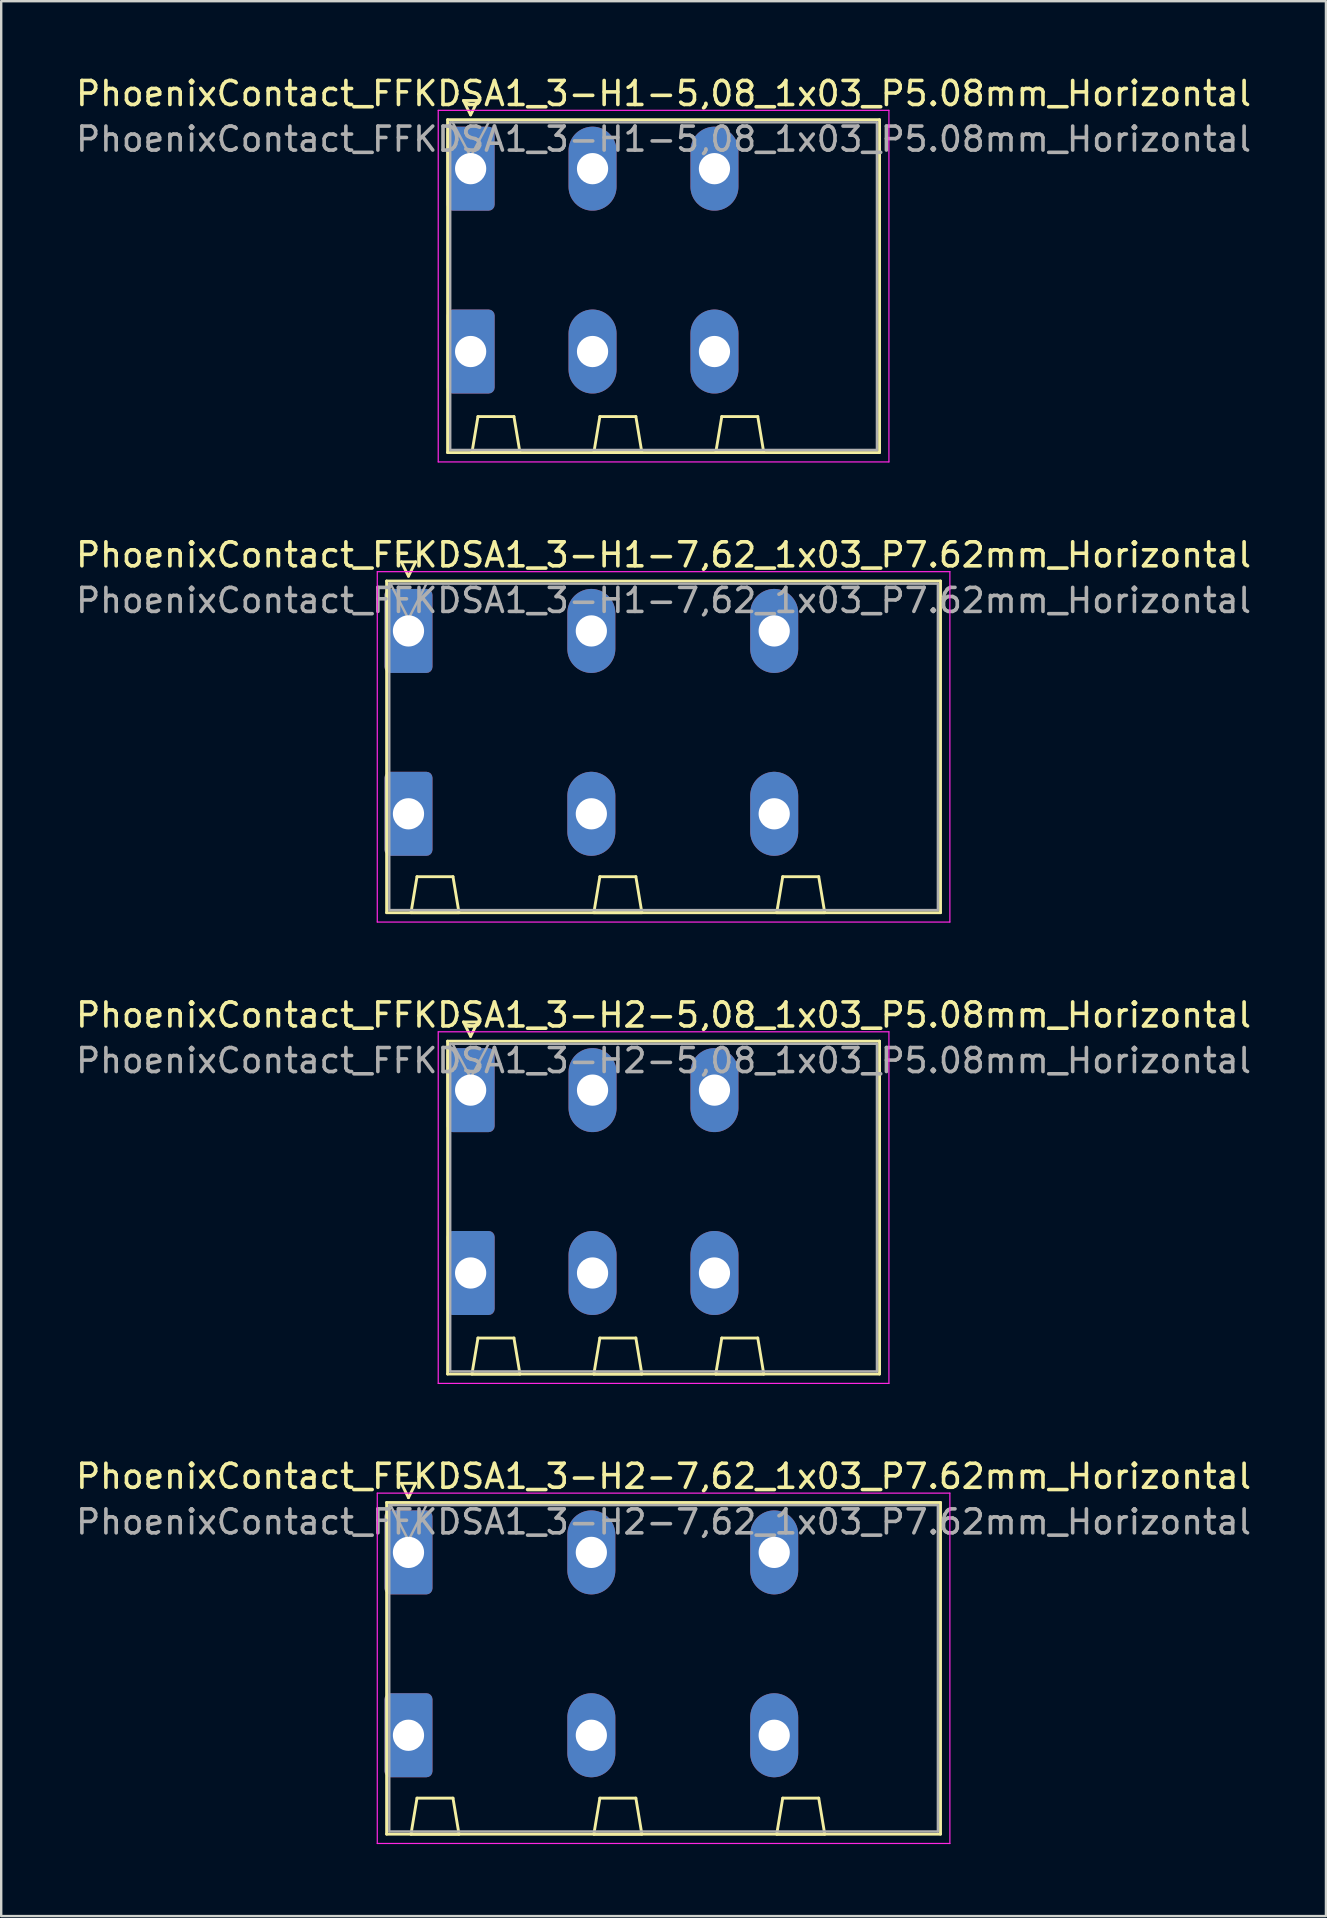
<source format=kicad_pcb>
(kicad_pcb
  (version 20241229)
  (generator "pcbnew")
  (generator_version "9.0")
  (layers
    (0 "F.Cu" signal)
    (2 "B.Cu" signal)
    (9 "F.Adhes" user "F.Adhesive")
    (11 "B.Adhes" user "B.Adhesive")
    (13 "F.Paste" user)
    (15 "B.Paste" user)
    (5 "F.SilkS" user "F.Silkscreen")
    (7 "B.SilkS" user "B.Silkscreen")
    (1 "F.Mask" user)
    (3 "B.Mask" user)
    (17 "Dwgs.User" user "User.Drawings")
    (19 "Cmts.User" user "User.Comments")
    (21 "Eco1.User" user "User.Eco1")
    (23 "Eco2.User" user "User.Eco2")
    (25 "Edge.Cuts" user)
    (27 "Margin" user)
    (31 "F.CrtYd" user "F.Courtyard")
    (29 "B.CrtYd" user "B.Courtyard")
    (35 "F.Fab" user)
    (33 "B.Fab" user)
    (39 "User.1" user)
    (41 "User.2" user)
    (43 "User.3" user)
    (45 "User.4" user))
  (footprint "PhoenixContact_FFKDSA1_3-H2-7,62_1x03_P7.62mm_Horizontal"
    (layer "F.Cu")
    (at 13.971 61.638)
    (property "Reference" "PhoenixContact_FFKDSA1_3-H2-7,62_1x03_P7.62mm_Horizontal" (at 10.63 -3.17 0) (layer "F.SilkS") (effects (font (size 1 1) (thickness 0.15))))
    (attr through_hole)
    (fp_line (start -0.91 -2.08) (end -0.91 11.74) (stroke (width 0.12) (type solid)) (layer "F.SilkS"))
    (fp_line (start -0.91 11.74) (end 22.17 11.74) (stroke (width 0.12) (type solid)) (layer "F.SilkS"))
    (fp_line (start -0.3 -2.88) (end 0.3 -2.88) (stroke (width 0.12) (type solid)) (layer "F.SilkS"))
    (fp_line (start 0 -2.28) (end -0.3 -2.88) (stroke (width 0.12) (type solid)) (layer "F.SilkS"))
    (fp_line (start 0.105 11.74) (end 2.105 11.74) (stroke (width 0.12) (type solid)) (layer "F.SilkS"))
    (fp_line (start 0.3 -2.88) (end 0 -2.28) (stroke (width 0.12) (type solid)) (layer "F.SilkS"))
    (fp_line (start 0.355 10.24) (end 0.105 11.74) (stroke (width 0.12) (type solid)) (layer "F.SilkS"))
    (fp_line (start 1.855 10.24) (end 0.355 10.24) (stroke (width 0.12) (type solid)) (layer "F.SilkS"))
    (fp_line (start 2.105 11.74) (end 1.855 10.24) (stroke (width 0.12) (type solid)) (layer "F.SilkS"))
    (fp_line (start 7.725 11.74) (end 9.725 11.74) (stroke (width 0.12) (type solid)) (layer "F.SilkS"))
    (fp_line (start 7.975 10.24) (end 7.725 11.74) (stroke (width 0.12) (type solid)) (layer "F.SilkS"))
    (fp_line (start 9.475 10.24) (end 7.975 10.24) (stroke (width 0.12) (type solid)) (layer "F.SilkS"))
    (fp_line (start 9.725 11.74) (end 9.475 10.24) (stroke (width 0.12) (type solid)) (layer "F.SilkS"))
    (fp_line (start 15.345 11.74) (end 17.345 11.74) (stroke (width 0.12) (type solid)) (layer "F.SilkS"))
    (fp_line (start 15.595 10.24) (end 15.345 11.74) (stroke (width 0.12) (type solid)) (layer "F.SilkS"))
    (fp_line (start 17.095 10.24) (end 15.595 10.24) (stroke (width 0.12) (type solid)) (layer "F.SilkS"))
    (fp_line (start 17.345 11.74) (end 17.095 10.24) (stroke (width 0.12) (type solid)) (layer "F.SilkS"))
    (fp_line (start 22.17 -2.08) (end -0.91 -2.08) (stroke (width 0.12) (type solid)) (layer "F.SilkS"))
    (fp_line (start 22.17 11.74) (end 22.17 -2.08) (stroke (width 0.12) (type solid)) (layer "F.SilkS"))
    (fp_line (start -1.3 -2.47) (end -1.3 12.13) (stroke (width 0.05) (type solid)) (layer "F.CrtYd"))
    (fp_line (start -1.3 12.13) (end 22.56 12.13) (stroke (width 0.05) (type solid)) (layer "F.CrtYd"))
    (fp_line (start 22.56 -2.47) (end -1.3 -2.47) (stroke (width 0.05) (type solid)) (layer "F.CrtYd"))
    (fp_line (start 22.56 12.13) (end 22.56 -2.47) (stroke (width 0.05) (type solid)) (layer "F.CrtYd"))
    (fp_line (start -0.8 -1.97) (end -0.8 11.63) (stroke (width 0.1) (type solid)) (layer "F.Fab"))
    (fp_line (start -0.8 11.63) (end 22.06 11.63) (stroke (width 0.1) (type solid)) (layer "F.Fab"))
    (fp_line (start 0 -0.5) (end -0.75 -1.97) (stroke (width 0.1) (type solid)) (layer "F.Fab"))
    (fp_line (start 0.75 -1.97) (end 0 -0.5) (stroke (width 0.1) (type solid)) (layer "F.Fab"))
    (fp_line (start 22.06 -1.97) (end -0.8 -1.97) (stroke (width 0.1) (type solid)) (layer "F.Fab"))
    (fp_line (start 22.06 11.63) (end 22.06 -1.97) (stroke (width 0.1) (type solid)) (layer "F.Fab"))
    (fp_text user "${REFERENCE}" (at 10.63 -1.27 0) (layer "F.Fab") (effects (font (size 1 1) (thickness 0.15))))
    (pad "1" thru_hole roundrect (at 0 0) (size 2 3.5) (drill 1.3) (layers "*.Cu" "*.Mask") (roundrect_rratio 0.125))
    (pad "1" thru_hole roundrect (at 0 7.62) (size 2 3.5) (drill 1.3) (layers "*.Cu" "*.Mask") (roundrect_rratio 0.125))
    (pad "2" thru_hole oval (at 7.62 0) (size 2 3.5) (drill 1.3) (layers "*.Cu" "*.Mask"))
    (pad "2" thru_hole oval (at 7.62 7.62) (size 2 3.5) (drill 1.3) (layers "*.Cu" "*.Mask"))
    (pad "3" thru_hole oval (at 15.24 0) (size 2 3.5) (drill 1.3) (layers "*.Cu" "*.Mask"))
    (pad "3" thru_hole oval (at 15.24 7.62) (size 2 3.5) (drill 1.3) (layers "*.Cu" "*.Mask")))
  (footprint "PhoenixContact_FFKDSA1_3-H1-7,62_1x03_P7.62mm_Horizontal"
    (layer "F.Cu")
    (at 13.971 23.241)
    (property "Reference" "PhoenixContact_FFKDSA1_3-H1-7,62_1x03_P7.62mm_Horizontal" (at 10.63 -3.17 0) (layer "F.SilkS") (effects (font (size 1 1) (thickness 0.15))))
    (attr through_hole)
    (fp_line (start -0.91 -2.08) (end -0.91 11.74) (stroke (width 0.12) (type solid)) (layer "F.SilkS"))
    (fp_line (start -0.91 11.74) (end 22.17 11.74) (stroke (width 0.12) (type solid)) (layer "F.SilkS"))
    (fp_line (start -0.3 -2.88) (end 0.3 -2.88) (stroke (width 0.12) (type solid)) (layer "F.SilkS"))
    (fp_line (start 0 -2.28) (end -0.3 -2.88) (stroke (width 0.12) (type solid)) (layer "F.SilkS"))
    (fp_line (start 0.105 11.74) (end 2.105 11.74) (stroke (width 0.12) (type solid)) (layer "F.SilkS"))
    (fp_line (start 0.3 -2.88) (end 0 -2.28) (stroke (width 0.12) (type solid)) (layer "F.SilkS"))
    (fp_line (start 0.355 10.24) (end 0.105 11.74) (stroke (width 0.12) (type solid)) (layer "F.SilkS"))
    (fp_line (start 1.855 10.24) (end 0.355 10.24) (stroke (width 0.12) (type solid)) (layer "F.SilkS"))
    (fp_line (start 2.105 11.74) (end 1.855 10.24) (stroke (width 0.12) (type solid)) (layer "F.SilkS"))
    (fp_line (start 7.725 11.74) (end 9.725 11.74) (stroke (width 0.12) (type solid)) (layer "F.SilkS"))
    (fp_line (start 7.975 10.24) (end 7.725 11.74) (stroke (width 0.12) (type solid)) (layer "F.SilkS"))
    (fp_line (start 9.475 10.24) (end 7.975 10.24) (stroke (width 0.12) (type solid)) (layer "F.SilkS"))
    (fp_line (start 9.725 11.74) (end 9.475 10.24) (stroke (width 0.12) (type solid)) (layer "F.SilkS"))
    (fp_line (start 15.345 11.74) (end 17.345 11.74) (stroke (width 0.12) (type solid)) (layer "F.SilkS"))
    (fp_line (start 15.595 10.24) (end 15.345 11.74) (stroke (width 0.12) (type solid)) (layer "F.SilkS"))
    (fp_line (start 17.095 10.24) (end 15.595 10.24) (stroke (width 0.12) (type solid)) (layer "F.SilkS"))
    (fp_line (start 17.345 11.74) (end 17.095 10.24) (stroke (width 0.12) (type solid)) (layer "F.SilkS"))
    (fp_line (start 22.17 -2.08) (end -0.91 -2.08) (stroke (width 0.12) (type solid)) (layer "F.SilkS"))
    (fp_line (start 22.17 11.74) (end 22.17 -2.08) (stroke (width 0.12) (type solid)) (layer "F.SilkS"))
    (fp_line (start -1.3 -2.47) (end -1.3 12.13) (stroke (width 0.05) (type solid)) (layer "F.CrtYd"))
    (fp_line (start -1.3 12.13) (end 22.56 12.13) (stroke (width 0.05) (type solid)) (layer "F.CrtYd"))
    (fp_line (start 22.56 -2.47) (end -1.3 -2.47) (stroke (width 0.05) (type solid)) (layer "F.CrtYd"))
    (fp_line (start 22.56 12.13) (end 22.56 -2.47) (stroke (width 0.05) (type solid)) (layer "F.CrtYd"))
    (fp_line (start -0.8 -1.97) (end -0.8 11.63) (stroke (width 0.1) (type solid)) (layer "F.Fab"))
    (fp_line (start -0.8 11.63) (end 22.06 11.63) (stroke (width 0.1) (type solid)) (layer "F.Fab"))
    (fp_line (start 0 -0.5) (end -0.75 -1.97) (stroke (width 0.1) (type solid)) (layer "F.Fab"))
    (fp_line (start 0.75 -1.97) (end 0 -0.5) (stroke (width 0.1) (type solid)) (layer "F.Fab"))
    (fp_line (start 22.06 -1.97) (end -0.8 -1.97) (stroke (width 0.1) (type solid)) (layer "F.Fab"))
    (fp_line (start 22.06 11.63) (end 22.06 -1.97) (stroke (width 0.1) (type solid)) (layer "F.Fab"))
    (fp_text user "${REFERENCE}" (at 10.63 -1.27 0) (layer "F.Fab") (effects (font (size 1 1) (thickness 0.15))))
    (pad "1" thru_hole roundrect (at 0 0) (size 2 3.5) (drill 1.3) (layers "*.Cu" "*.Mask") (roundrect_rratio 0.125))
    (pad "1" thru_hole roundrect (at 0 7.62) (size 2 3.5) (drill 1.3) (layers "*.Cu" "*.Mask") (roundrect_rratio 0.125))
    (pad "2" thru_hole oval (at 7.62 0) (size 2 3.5) (drill 1.3) (layers "*.Cu" "*.Mask"))
    (pad "2" thru_hole oval (at 7.62 7.62) (size 2 3.5) (drill 1.3) (layers "*.Cu" "*.Mask"))
    (pad "3" thru_hole oval (at 15.24 0) (size 2 3.5) (drill 1.3) (layers "*.Cu" "*.Mask"))
    (pad "3" thru_hole oval (at 15.24 7.62) (size 2 3.5) (drill 1.3) (layers "*.Cu" "*.Mask")))
  (footprint "PhoenixContact_FFKDSA1_3-H2-5,08_1x03_P5.08mm_Horizontal"
    (layer "F.Cu")
    (at 16.561 42.375)
    (property "Reference" "PhoenixContact_FFKDSA1_3-H2-5,08_1x03_P5.08mm_Horizontal" (at 8.04 -3.13 0) (layer "F.SilkS") (effects (font (size 1 1) (thickness 0.15))))
    (attr through_hole)
    (fp_line (start -0.96 -2.04) (end -0.96 11.83) (stroke (width 0.12) (type solid)) (layer "F.SilkS"))
    (fp_line (start -0.96 11.83) (end 17.04 11.83) (stroke (width 0.12) (type solid)) (layer "F.SilkS"))
    (fp_line (start -0.3 -2.84) (end 0.3 -2.84) (stroke (width 0.12) (type solid)) (layer "F.SilkS"))
    (fp_line (start 0 -2.24) (end -0.3 -2.84) (stroke (width 0.12) (type solid)) (layer "F.SilkS"))
    (fp_line (start 0.055 11.83) (end 2.055 11.83) (stroke (width 0.12) (type solid)) (layer "F.SilkS"))
    (fp_line (start 0.3 -2.84) (end 0 -2.24) (stroke (width 0.12) (type solid)) (layer "F.SilkS"))
    (fp_line (start 0.305 10.33) (end 0.055 11.83) (stroke (width 0.12) (type solid)) (layer "F.SilkS"))
    (fp_line (start 1.805 10.33) (end 0.305 10.33) (stroke (width 0.12) (type solid)) (layer "F.SilkS"))
    (fp_line (start 2.055 11.83) (end 1.805 10.33) (stroke (width 0.12) (type solid)) (layer "F.SilkS"))
    (fp_line (start 5.135 11.83) (end 7.135 11.83) (stroke (width 0.12) (type solid)) (layer "F.SilkS"))
    (fp_line (start 5.385 10.33) (end 5.135 11.83) (stroke (width 0.12) (type solid)) (layer "F.SilkS"))
    (fp_line (start 6.885 10.33) (end 5.385 10.33) (stroke (width 0.12) (type solid)) (layer "F.SilkS"))
    (fp_line (start 7.135 11.83) (end 6.885 10.33) (stroke (width 0.12) (type solid)) (layer "F.SilkS"))
    (fp_line (start 10.215 11.83) (end 12.215 11.83) (stroke (width 0.12) (type solid)) (layer "F.SilkS"))
    (fp_line (start 10.465 10.33) (end 10.215 11.83) (stroke (width 0.12) (type solid)) (layer "F.SilkS"))
    (fp_line (start 11.965 10.33) (end 10.465 10.33) (stroke (width 0.12) (type solid)) (layer "F.SilkS"))
    (fp_line (start 12.215 11.83) (end 11.965 10.33) (stroke (width 0.12) (type solid)) (layer "F.SilkS"))
    (fp_line (start 17.04 -2.04) (end -0.96 -2.04) (stroke (width 0.12) (type solid)) (layer "F.SilkS"))
    (fp_line (start 17.04 11.83) (end 17.04 -2.04) (stroke (width 0.12) (type solid)) (layer "F.SilkS"))
    (fp_line (start -1.35 -2.43) (end -1.35 12.22) (stroke (width 0.05) (type solid)) (layer "F.CrtYd"))
    (fp_line (start -1.35 12.22) (end 17.43 12.22) (stroke (width 0.05) (type solid)) (layer "F.CrtYd"))
    (fp_line (start 17.43 -2.43) (end -1.35 -2.43) (stroke (width 0.05) (type solid)) (layer "F.CrtYd"))
    (fp_line (start 17.43 12.22) (end 17.43 -2.43) (stroke (width 0.05) (type solid)) (layer "F.CrtYd"))
    (fp_line (start -0.85 -1.93) (end -0.85 11.72) (stroke (width 0.1) (type solid)) (layer "F.Fab"))
    (fp_line (start -0.85 11.72) (end 16.93 11.72) (stroke (width 0.1) (type solid)) (layer "F.Fab"))
    (fp_line (start 0 -0.5) (end -0.75 -1.93) (stroke (width 0.1) (type solid)) (layer "F.Fab"))
    (fp_line (start 0.75 -1.93) (end 0 -0.5) (stroke (width 0.1) (type solid)) (layer "F.Fab"))
    (fp_line (start 16.93 -1.93) (end -0.85 -1.93) (stroke (width 0.1) (type solid)) (layer "F.Fab"))
    (fp_line (start 16.93 11.72) (end 16.93 -1.93) (stroke (width 0.1) (type solid)) (layer "F.Fab"))
    (fp_text user "${REFERENCE}" (at 8.04 -1.23 0) (layer "F.Fab") (effects (font (size 1 1) (thickness 0.15))))
    (pad "1" thru_hole roundrect (at 0 0) (size 2 3.5) (drill 1.3) (layers "*.Cu" "*.Mask") (roundrect_rratio 0.125))
    (pad "1" thru_hole roundrect (at 0 7.62) (size 2 3.5) (drill 1.3) (layers "*.Cu" "*.Mask") (roundrect_rratio 0.125))
    (pad "2" thru_hole oval (at 5.08 0) (size 2 3.5) (drill 1.3) (layers "*.Cu" "*.Mask"))
    (pad "2" thru_hole oval (at 5.08 7.62) (size 2 3.5) (drill 1.3) (layers "*.Cu" "*.Mask"))
    (pad "3" thru_hole oval (at 10.16 0) (size 2 3.5) (drill 1.3) (layers "*.Cu" "*.Mask"))
    (pad "3" thru_hole oval (at 10.16 7.62) (size 2 3.5) (drill 1.3) (layers "*.Cu" "*.Mask")))
  (footprint "PhoenixContact_FFKDSA1_3-H1-5,08_1x03_P5.08mm_Horizontal"
    (layer "F.Cu")
    (at 16.561 3.978)
    (property "Reference" "PhoenixContact_FFKDSA1_3-H1-5,08_1x03_P5.08mm_Horizontal" (at 8.04 -3.13 0) (layer "F.SilkS") (effects (font (size 1 1) (thickness 0.15))))
    (attr through_hole)
    (fp_line (start -0.96 -2.04) (end -0.96 11.83) (stroke (width 0.12) (type solid)) (layer "F.SilkS"))
    (fp_line (start -0.96 11.83) (end 17.04 11.83) (stroke (width 0.12) (type solid)) (layer "F.SilkS"))
    (fp_line (start -0.3 -2.84) (end 0.3 -2.84) (stroke (width 0.12) (type solid)) (layer "F.SilkS"))
    (fp_line (start 0 -2.24) (end -0.3 -2.84) (stroke (width 0.12) (type solid)) (layer "F.SilkS"))
    (fp_line (start 0.055 11.83) (end 2.055 11.83) (stroke (width 0.12) (type solid)) (layer "F.SilkS"))
    (fp_line (start 0.3 -2.84) (end 0 -2.24) (stroke (width 0.12) (type solid)) (layer "F.SilkS"))
    (fp_line (start 0.305 10.33) (end 0.055 11.83) (stroke (width 0.12) (type solid)) (layer "F.SilkS"))
    (fp_line (start 1.805 10.33) (end 0.305 10.33) (stroke (width 0.12) (type solid)) (layer "F.SilkS"))
    (fp_line (start 2.055 11.83) (end 1.805 10.33) (stroke (width 0.12) (type solid)) (layer "F.SilkS"))
    (fp_line (start 5.135 11.83) (end 7.135 11.83) (stroke (width 0.12) (type solid)) (layer "F.SilkS"))
    (fp_line (start 5.385 10.33) (end 5.135 11.83) (stroke (width 0.12) (type solid)) (layer "F.SilkS"))
    (fp_line (start 6.885 10.33) (end 5.385 10.33) (stroke (width 0.12) (type solid)) (layer "F.SilkS"))
    (fp_line (start 7.135 11.83) (end 6.885 10.33) (stroke (width 0.12) (type solid)) (layer "F.SilkS"))
    (fp_line (start 10.215 11.83) (end 12.215 11.83) (stroke (width 0.12) (type solid)) (layer "F.SilkS"))
    (fp_line (start 10.465 10.33) (end 10.215 11.83) (stroke (width 0.12) (type solid)) (layer "F.SilkS"))
    (fp_line (start 11.965 10.33) (end 10.465 10.33) (stroke (width 0.12) (type solid)) (layer "F.SilkS"))
    (fp_line (start 12.215 11.83) (end 11.965 10.33) (stroke (width 0.12) (type solid)) (layer "F.SilkS"))
    (fp_line (start 17.04 -2.04) (end -0.96 -2.04) (stroke (width 0.12) (type solid)) (layer "F.SilkS"))
    (fp_line (start 17.04 11.83) (end 17.04 -2.04) (stroke (width 0.12) (type solid)) (layer "F.SilkS"))
    (fp_line (start -1.35 -2.43) (end -1.35 12.22) (stroke (width 0.05) (type solid)) (layer "F.CrtYd"))
    (fp_line (start -1.35 12.22) (end 17.43 12.22) (stroke (width 0.05) (type solid)) (layer "F.CrtYd"))
    (fp_line (start 17.43 -2.43) (end -1.35 -2.43) (stroke (width 0.05) (type solid)) (layer "F.CrtYd"))
    (fp_line (start 17.43 12.22) (end 17.43 -2.43) (stroke (width 0.05) (type solid)) (layer "F.CrtYd"))
    (fp_line (start -0.85 -1.93) (end -0.85 11.72) (stroke (width 0.1) (type solid)) (layer "F.Fab"))
    (fp_line (start -0.85 11.72) (end 16.93 11.72) (stroke (width 0.1) (type solid)) (layer "F.Fab"))
    (fp_line (start 0 -0.5) (end -0.75 -1.93) (stroke (width 0.1) (type solid)) (layer "F.Fab"))
    (fp_line (start 0.75 -1.93) (end 0 -0.5) (stroke (width 0.1) (type solid)) (layer "F.Fab"))
    (fp_line (start 16.93 -1.93) (end -0.85 -1.93) (stroke (width 0.1) (type solid)) (layer "F.Fab"))
    (fp_line (start 16.93 11.72) (end 16.93 -1.93) (stroke (width 0.1) (type solid)) (layer "F.Fab"))
    (fp_text user "${REFERENCE}" (at 8.04 -1.23 0) (layer "F.Fab") (effects (font (size 1 1) (thickness 0.15))))
    (pad "1" thru_hole roundrect (at 0 0) (size 2 3.5) (drill 1.3) (layers "*.Cu" "*.Mask") (roundrect_rratio 0.125))
    (pad "1" thru_hole roundrect (at 0 7.62) (size 2 3.5) (drill 1.3) (layers "*.Cu" "*.Mask") (roundrect_rratio 0.125))
    (pad "2" thru_hole oval (at 5.08 0) (size 2 3.5) (drill 1.3) (layers "*.Cu" "*.Mask"))
    (pad "2" thru_hole oval (at 5.08 7.62) (size 2 3.5) (drill 1.3) (layers "*.Cu" "*.Mask"))
    (pad "3" thru_hole oval (at 10.16 0) (size 2 3.5) (drill 1.3) (layers "*.Cu" "*.Mask"))
    (pad "3" thru_hole oval (at 10.16 7.62) (size 2 3.5) (drill 1.3) (layers "*.Cu" "*.Mask")))
  (gr_rect
    (start -3 -3)
    (end 52.202 76.793)
    (stroke (width 0.1) (type default))
    (fill no)
    (layer "Edge.Cuts")))
</source>
